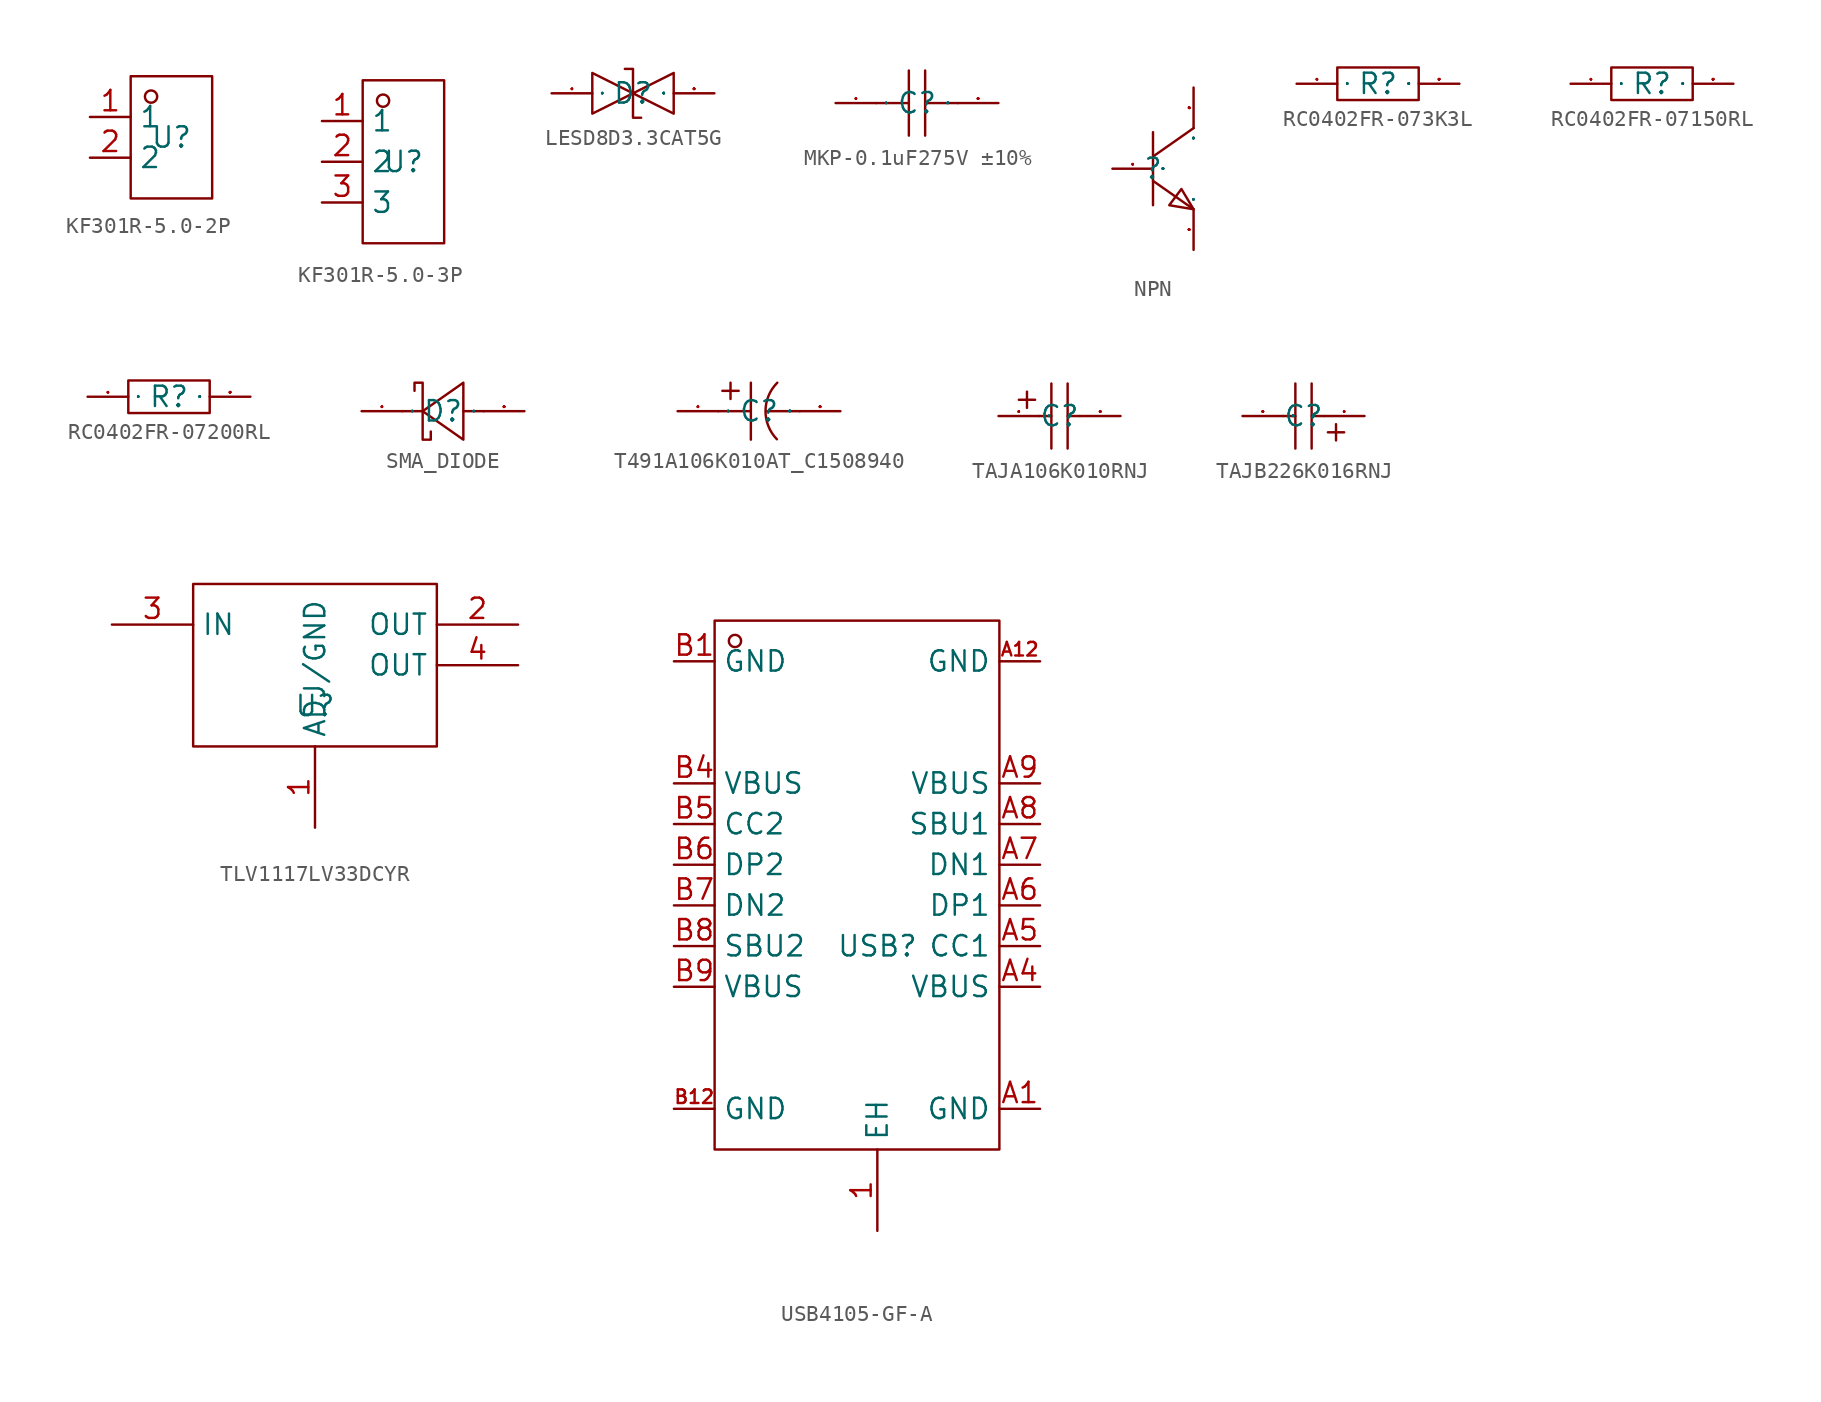
<source format=kicad_sym>
(kicad_symbol_lib
  (version 20231120)
  (generator "kicad_symbol_editor")
  (generator_version "8.0")
  (symbol "KF301R-5.0-2P"
    (property "Reference" "U"
      (at 0 0 0)
      (effects (font (size 1.27 1.27))))
    (property "Value" ""
      (at 0 0 0)
      (effects (font (size 1.27 1.27))))
    (symbol "KF301R-5.0-2P_1_0"
      (rectangle (start -2.54 -3.81) (end 2.54 3.81) (stroke (width 0) (type default)) (fill (type none)))
      (circle (center -1.27 2.54) (radius 0.381) (stroke (width 0) (type default)) (fill (type none)))
      (pin input line (at -5.08 1.27 0) (length 2.54) (name "1" (effects (font (size 1.27 1.27)))) (number "1" (effects (font (size 1.27 1.27)))))
      (pin input line (at -5.08 -1.27 0) (length 2.54) (name "2" (effects (font (size 1.27 1.27)))) (number "2" (effects (font (size 1.27 1.27)))))))
  (symbol "KF301R-5.0-3P"
    (property "Reference" "U"
      (at 0 0 0)
      (effects (font (size 1.27 1.27))))
    (property "Value" ""
      (at 0 0 0)
      (effects (font (size 1.27 1.27))))
    (symbol "KF301R-5.0-3P_1_0"
      (rectangle (start -2.54 -5.08) (end 2.54 5.08) (stroke (width 0) (type default)) (fill (type none)))
      (circle (center -1.27 3.81) (radius 0.381) (stroke (width 0) (type default)) (fill (type none)))
      (pin input line (at -5.08 2.54 0) (length 2.54) (name "1" (effects (font (size 1.27 1.27)))) (number "1" (effects (font (size 1.27 1.27)))))
      (pin input line (at -5.08 0 0) (length 2.54) (name "2" (effects (font (size 1.27 1.27)))) (number "2" (effects (font (size 1.27 1.27)))))
      (pin input line (at -5.08 -2.54 0) (length 2.54) (name "3" (effects (font (size 1.27 1.27)))) (number "3" (effects (font (size 1.27 1.27)))))))
  (symbol "LESD8D3.3CAT5G"
    (property "Reference" "D"
      (at 0 0 0)
      (effects (font (size 1.27 1.27))))
    (property "Value" ""
      (at 0 0 0)
      (effects (font (size 1.27 1.27))))
    (symbol "LESD8D3.3CAT5G_1_0"
      (polyline (pts (xy -2.54 1.27) (xy 0 0) (xy 0 0) (xy -2.54 -1.27) (xy -2.54 -1.27) (xy -2.54 1.27)) (stroke (width 0) (type default)) (fill (type none)))
      (polyline (pts (xy 2.54 1.27) (xy 0 0) (xy 0 0) (xy 2.54 -1.27) (xy 2.54 -1.27) (xy 2.54 1.27)) (stroke (width 0) (type default)) (fill (type none)))
      (polyline (pts (xy -0.508 1.524) (xy -0.508 1.524) (xy -0.508 1.524) (xy 0 1.524) (xy 0 1.524) (xy 0 -1.524) (xy 0 -1.524) (xy 0.508 -1.524) (xy 0.508 -1.524) (xy 0.508 -1.524)) (stroke (width 0) (type default)) (fill (type none)))
      (pin input line (at -5.08 0 0) (length 2.54) (name "1" (effects (font (size 0.025 0.025)))) (number "1" (effects (font (size 0.025 0.025)))))
      (pin input line (at 5.08 0 180) (length 2.54) (name "2" (effects (font (size 0.025 0.025)))) (number "2" (effects (font (size 0.025 0.025)))))))
  (symbol "MKP-0.1uF275V ±10%"
    (property "Reference" "C"
      (at 0 0 0)
      (effects (font (size 1.27 1.27))))
    (symbol "MKP-0.1uF275V ±10%_1_0"
      (polyline (pts (xy -0.508 -2.032) (xy -0.508 2.032)) (stroke (width 0) (type default)) (fill (type none)))
      (polyline (pts (xy -0.508 0) (xy -2.54 0)) (stroke (width 0) (type default)) (fill (type none)))
      (polyline (pts (xy 0.508 2.032) (xy 0.508 -2.032)) (stroke (width 0) (type default)) (fill (type none)))
      (polyline (pts (xy 2.54 0) (xy 0.508 0)) (stroke (width 0) (type default)) (fill (type none)))
      (pin input line (at -5.08 0 0) (length 2.54) (name "1" (effects (font (size 0.025 0.025)))) (number "1" (effects (font (size 0.025 0.025)))))
      (pin input line (at 5.08 0 180) (length 2.54) (name "2" (effects (font (size 0.025 0.025)))) (number "2" (effects (font (size 0.025 0.025)))))))
  (symbol "NPN"
    (property "Reference" ""
      (at 0 0 0)
      (effects (font (size 1.27 1.27))))
    (property "Value" ""
      (at 0 0 0)
      (effects (font (size 1.27 1.27))))
    (symbol "NPN_1_0"
      (polyline (pts (xy 0 -0.762) (xy 2.54 -2.54)) (stroke (width 0) (type default)) (fill (type none)))
      (polyline (pts (xy 0 2.286) (xy 0 -2.286)) (stroke (width 0) (type default)) (fill (type none)))
      (polyline (pts (xy 2.54 2.54) (xy 0 0.762)) (stroke (width 0) (type default)) (fill (type none)))
      (polyline (pts (xy 2.54 -2.54) (xy 1.778 -1.27) (xy 1.016 -2.286) (xy 2.54 -2.54)) (stroke (width 0) (type default)) (fill (type none)))
      (pin unspecified line (at -2.54 0 0) (length 2.54) (name "B" (effects (font (size 0.025 0.025)))) (number "1" (effects (font (size 0.025 0.025)))))
      (pin unspecified line (at 2.54 -5.08 90) (length 2.54) (name "E" (effects (font (size 0.025 0.025)))) (number "2" (effects (font (size 0.025 0.025)))))
      (pin unspecified line (at 2.54 5.08 270) (length 2.54) (name "C" (effects (font (size 0.025 0.025)))) (number "3" (effects (font (size 0.025 0.025)))))))
  (symbol "RC0402FR-073K3L"
    (property "Reference" "R"
      (at 0 0 0)
      (effects (font (size 1.27 1.27))))
    (symbol "RC0402FR-073K3L_1_0"
      (rectangle (start -2.54 -1.016) (end 2.54 1.016) (stroke (width 0) (type default)) (fill (type none)))
      (pin input line (at -5.08 0 0) (length 2.54) (name "1" (effects (font (size 0.025 0.025)))) (number "1" (effects (font (size 0.025 0.025)))))
      (pin input line (at 5.08 0 180) (length 2.54) (name "2" (effects (font (size 0.025 0.025)))) (number "2" (effects (font (size 0.025 0.025)))))))
  (symbol "RC0402FR-07150RL"
    (property "Reference" "R"
      (at 0 0 0)
      (effects (font (size 1.27 1.27))))
    (symbol "RC0402FR-07150RL_1_0"
      (rectangle (start -2.54 -1.016) (end 2.54 1.016) (stroke (width 0) (type default)) (fill (type none)))
      (pin input line (at -5.08 0 0) (length 2.54) (name "1" (effects (font (size 0.025 0.025)))) (number "1" (effects (font (size 0.025 0.025)))))
      (pin input line (at 5.08 0 180) (length 2.54) (name "2" (effects (font (size 0.025 0.025)))) (number "2" (effects (font (size 0.025 0.025)))))))
  (symbol "RC0402FR-07200RL"
    (property "Reference" "R"
      (at 0 0 0)
      (effects (font (size 1.27 1.27))))
    (symbol "RC0402FR-07200RL_1_0"
      (rectangle (start -2.54 -1.016) (end 2.54 1.016) (stroke (width 0) (type default)) (fill (type none)))
      (pin input line (at -5.08 0 0) (length 2.54) (name "1" (effects (font (size 0.025 0.025)))) (number "1" (effects (font (size 0.025 0.025)))))
      (pin input line (at 5.08 0 180) (length 2.54) (name "2" (effects (font (size 0.025 0.025)))) (number "2" (effects (font (size 0.025 0.025)))))))
  (symbol "SMA_DIODE"
    (property "Reference" "D"
      (at 0 0 0)
      (effects (font (size 1.27 1.27))))
    (property "Value" ""
      (at 0 0 0)
      (effects (font (size 1.27 1.27))))
    (symbol "SMA_DIODE_1_0"
      (polyline (pts (xy -1.27 0) (xy -2.54 0)) (stroke (width 0) (type default)) (fill (type none)))
      (polyline (pts (xy 2.54 0) (xy 1.27 0)) (stroke (width 0) (type default)) (fill (type none)))
      (polyline (pts (xy 1.27 1.778) (xy -1.27 0) (xy -1.27 0) (xy 1.27 -1.778) (xy 1.27 -1.778) (xy 1.27 1.778)) (stroke (width 0) (type default)) (fill (type none)))
      (polyline (pts (xy -1.778 1.27) (xy -1.778 1.778) (xy -1.778 1.778) (xy -1.27 1.778) (xy -1.27 1.778) (xy -1.27 -1.778) (xy -1.27 -1.778) (xy -0.762 -1.778) (xy -0.762 -1.778) (xy -0.762 -1.27)) (stroke (width 0) (type default)) (fill (type none)))
      (pin input line (at -5.08 0 0) (length 2.54) (name "K" (effects (font (size 0.025 0.025)))) (number "1" (effects (font (size 0.025 0.025)))))
      (pin input line (at 5.08 0 180) (length 2.54) (name "A" (effects (font (size 0.025 0.025)))) (number "2" (effects (font (size 0.025 0.025)))))))
  (symbol "T491A106K010AT_C1508940"
    (property "Reference" "C"
      (at 0 0 0)
      (effects (font (size 1.27 1.27))))
    (symbol "T491A106K010AT_C1508940_1_0"
      (polyline (pts (xy -2.54 0) (xy -0.508 0)) (stroke (width 0) (type default)) (fill (type none)))
      (polyline (pts (xy -2.286 1.27) (xy -1.27 1.27)) (stroke (width 0) (type default)) (fill (type none)))
      (polyline (pts (xy -1.778 1.778) (xy -1.778 0.762)) (stroke (width 0) (type default)) (fill (type none)))
      (polyline (pts (xy -0.508 1.778) (xy -0.508 -1.778)) (stroke (width 0) (type default)) (fill (type none)))
      (polyline (pts (xy 0.508 0) (xy 2.54 0)) (stroke (width 0) (type default)) (fill (type none)))
      (arc (start 1.143 1.778) (mid 0.4065 0.0179) (end 1.1176 -1.7526) (stroke (width 0) (type default)) (fill (type none)))
      (pin input line (at -5.08 0 0) (length 2.54) (name "1" (effects (font (size 0.025 0.025)))) (number "1" (effects (font (size 0.025 0.025)))))
      (pin input line (at 5.08 0 180) (length 2.54) (name "2" (effects (font (size 0.025 0.025)))) (number "2" (effects (font (size 0.025 0.025)))))))
  (symbol "TAJA106K010RNJ"
    (property "Reference" "C"
      (at 0 0 0)
      (effects (font (size 1.27 1.27))))
    (symbol "TAJA106K010RNJ_1_0"
      (polyline (pts (xy -2.54 1.016) (xy -1.524 1.016)) (stroke (width 0) (type default)) (fill (type none)))
      (polyline (pts (xy -2.032 1.524) (xy -2.032 0.508)) (stroke (width 0) (type default)) (fill (type none)))
      (polyline (pts (xy -1.27 0) (xy -0.508 0)) (stroke (width 0) (type default)) (fill (type none)))
      (polyline (pts (xy -0.508 2.032) (xy -0.508 -2.032)) (stroke (width 0) (type default)) (fill (type none)))
      (polyline (pts (xy 0.508 0) (xy 1.27 0)) (stroke (width 0) (type default)) (fill (type none)))
      (polyline (pts (xy 0.508 2.032) (xy 0.508 -2.032)) (stroke (width 0) (type default)) (fill (type none)))
      (pin input line (at -3.81 0 0) (length 2.54) (name "1" (effects (font (size 0.025 0.025)))) (number "1" (effects (font (size 0.025 0.025)))))
      (pin input line (at 3.81 0 180) (length 2.54) (name "2" (effects (font (size 0.025 0.025)))) (number "2" (effects (font (size 0.025 0.025)))))))
  (symbol "TAJB226K016RNJ"
    (property "Reference" "C"
      (at 0 0 0)
      (effects (font (size 1.27 1.27))))
    (symbol "TAJB226K016RNJ_1_0"
      (polyline (pts (xy -0.508 -2.032) (xy -0.508 2.032)) (stroke (width 0) (type default)) (fill (type none)))
      (polyline (pts (xy -0.508 0) (xy -1.27 0)) (stroke (width 0) (type default)) (fill (type none)))
      (polyline (pts (xy 0.508 -2.032) (xy 0.508 2.032)) (stroke (width 0) (type default)) (fill (type none)))
      (polyline (pts (xy 1.27 0) (xy 0.508 0)) (stroke (width 0) (type default)) (fill (type none)))
      (polyline (pts (xy 2.032 -1.524) (xy 2.032 -0.508)) (stroke (width 0) (type default)) (fill (type none)))
      (polyline (pts (xy 2.54 -1.016) (xy 1.524 -1.016)) (stroke (width 0) (type default)) (fill (type none)))
      (pin input line (at 3.81 0 180) (length 2.54) (name "1" (effects (font (size 0.025 0.025)))) (number "1" (effects (font (size 0.025 0.025)))))
      (pin input line (at -3.81 0 0) (length 2.54) (name "2" (effects (font (size 0.025 0.025)))) (number "2" (effects (font (size 0.025 0.025)))))))
  (symbol "TLV1117LV33DCYR"
    (property "Reference" "U"
      (at 0 0 0)
      (effects (font (size 1.27 1.27))))
    (property "Value" ""
      (at 0 0 0)
      (effects (font (size 1.27 1.27))))
    (symbol "TLV1117LV33DCYR_1_0"
      (rectangle (start -7.62 -2.54) (end 7.62 7.62) (stroke (width 0) (type default)) (fill (type none)))
      (pin input line (at 0 -7.62 90) (length 5.08) (name "ADJ/GND" (effects (font (size 1.27 1.27)))) (number "1" (effects (font (size 1.27 1.27)))))
      (pin input line (at 12.7 5.08 180) (length 5.08) (name "OUT" (effects (font (size 1.27 1.27)))) (number "2" (effects (font (size 1.27 1.27)))))
      (pin input line (at -12.7 5.08 0) (length 5.08) (name "IN" (effects (font (size 1.27 1.27)))) (number "3" (effects (font (size 1.27 1.27)))))
      (pin input line (at 12.7 2.54 180) (length 5.08) (name "OUT" (effects (font (size 1.27 1.27)))) (number "4" (effects (font (size 1.27 1.27)))))))
  (symbol "USB4105-GF-A"
    (property "Reference" "USB"
      (at 0 0 0)
      (effects (font (size 1.27 1.27))))
    (property "Value" ""
      (at 0 0 0)
      (effects (font (size 1.27 1.27))))
    (symbol "USB4105-GF-A_1_0"
      (rectangle (start -10.16 -12.7) (end 7.62 20.32) (stroke (width 0) (type default)) (fill (type none)))
      (circle (center -8.89 19.05) (radius 0.381) (stroke (width 0) (type default)) (fill (type none)))
      (pin input line (at 0 -17.78 90) (length 5.08) (name "EH" (effects (font (size 1.27 1.27)))) (number "1" (effects (font (size 1.27 1.27)))))
      (pin input line (at 10.16 -10.16 180) (length 2.54) (name "GND" (effects (font (size 1.27 1.27)))) (number "A1" (effects (font (size 1.27 1.27)))))
      (pin input line (at 10.16 17.78 180) (length 2.54) (name "GND" (effects (font (size 1.27 1.27)))) (number "A12" (effects (font (size 0.847 0.847)))))
      (pin input line (at 10.16 -2.54 180) (length 2.54) (name "VBUS" (effects (font (size 1.27 1.27)))) (number "A4" (effects (font (size 1.27 1.27)))))
      (pin input line (at 10.16 0 180) (length 2.54) (name "CC1" (effects (font (size 1.27 1.27)))) (number "A5" (effects (font (size 1.27 1.27)))))
      (pin input line (at 10.16 2.54 180) (length 2.54) (name "DP1" (effects (font (size 1.27 1.27)))) (number "A6" (effects (font (size 1.27 1.27)))))
      (pin input line (at 10.16 5.08 180) (length 2.54) (name "DN1" (effects (font (size 1.27 1.27)))) (number "A7" (effects (font (size 1.27 1.27)))))
      (pin input line (at 10.16 7.62 180) (length 2.54) (name "SBU1" (effects (font (size 1.27 1.27)))) (number "A8" (effects (font (size 1.27 1.27)))))
      (pin input line (at 10.16 10.16 180) (length 2.54) (name "VBUS" (effects (font (size 1.27 1.27)))) (number "A9" (effects (font (size 1.27 1.27)))))
      (pin input line (at -12.7 17.78 0) (length 2.54) (name "GND" (effects (font (size 1.27 1.27)))) (number "B1" (effects (font (size 1.27 1.27)))))
      (pin input line (at -12.7 -10.16 0) (length 2.54) (name "GND" (effects (font (size 1.27 1.27)))) (number "B12" (effects (font (size 0.847 0.847)))))
      (pin input line (at -12.7 10.16 0) (length 2.54) (name "VBUS" (effects (font (size 1.27 1.27)))) (number "B4" (effects (font (size 1.27 1.27)))))
      (pin input line (at -12.7 7.62 0) (length 2.54) (name "CC2" (effects (font (size 1.27 1.27)))) (number "B5" (effects (font (size 1.27 1.27)))))
      (pin input line (at -12.7 5.08 0) (length 2.54) (name "DP2" (effects (font (size 1.27 1.27)))) (number "B6" (effects (font (size 1.27 1.27)))))
      (pin input line (at -12.7 2.54 0) (length 2.54) (name "DN2" (effects (font (size 1.27 1.27)))) (number "B7" (effects (font (size 1.27 1.27)))))
      (pin input line (at -12.7 0 0) (length 2.54) (name "SBU2" (effects (font (size 1.27 1.27)))) (number "B8" (effects (font (size 1.27 1.27)))))
      (pin input line (at -12.7 -2.54 0) (length 2.54) (name "VBUS" (effects (font (size 1.27 1.27)))) (number "B9" (effects (font (size 1.27 1.27))))))))
</source>
